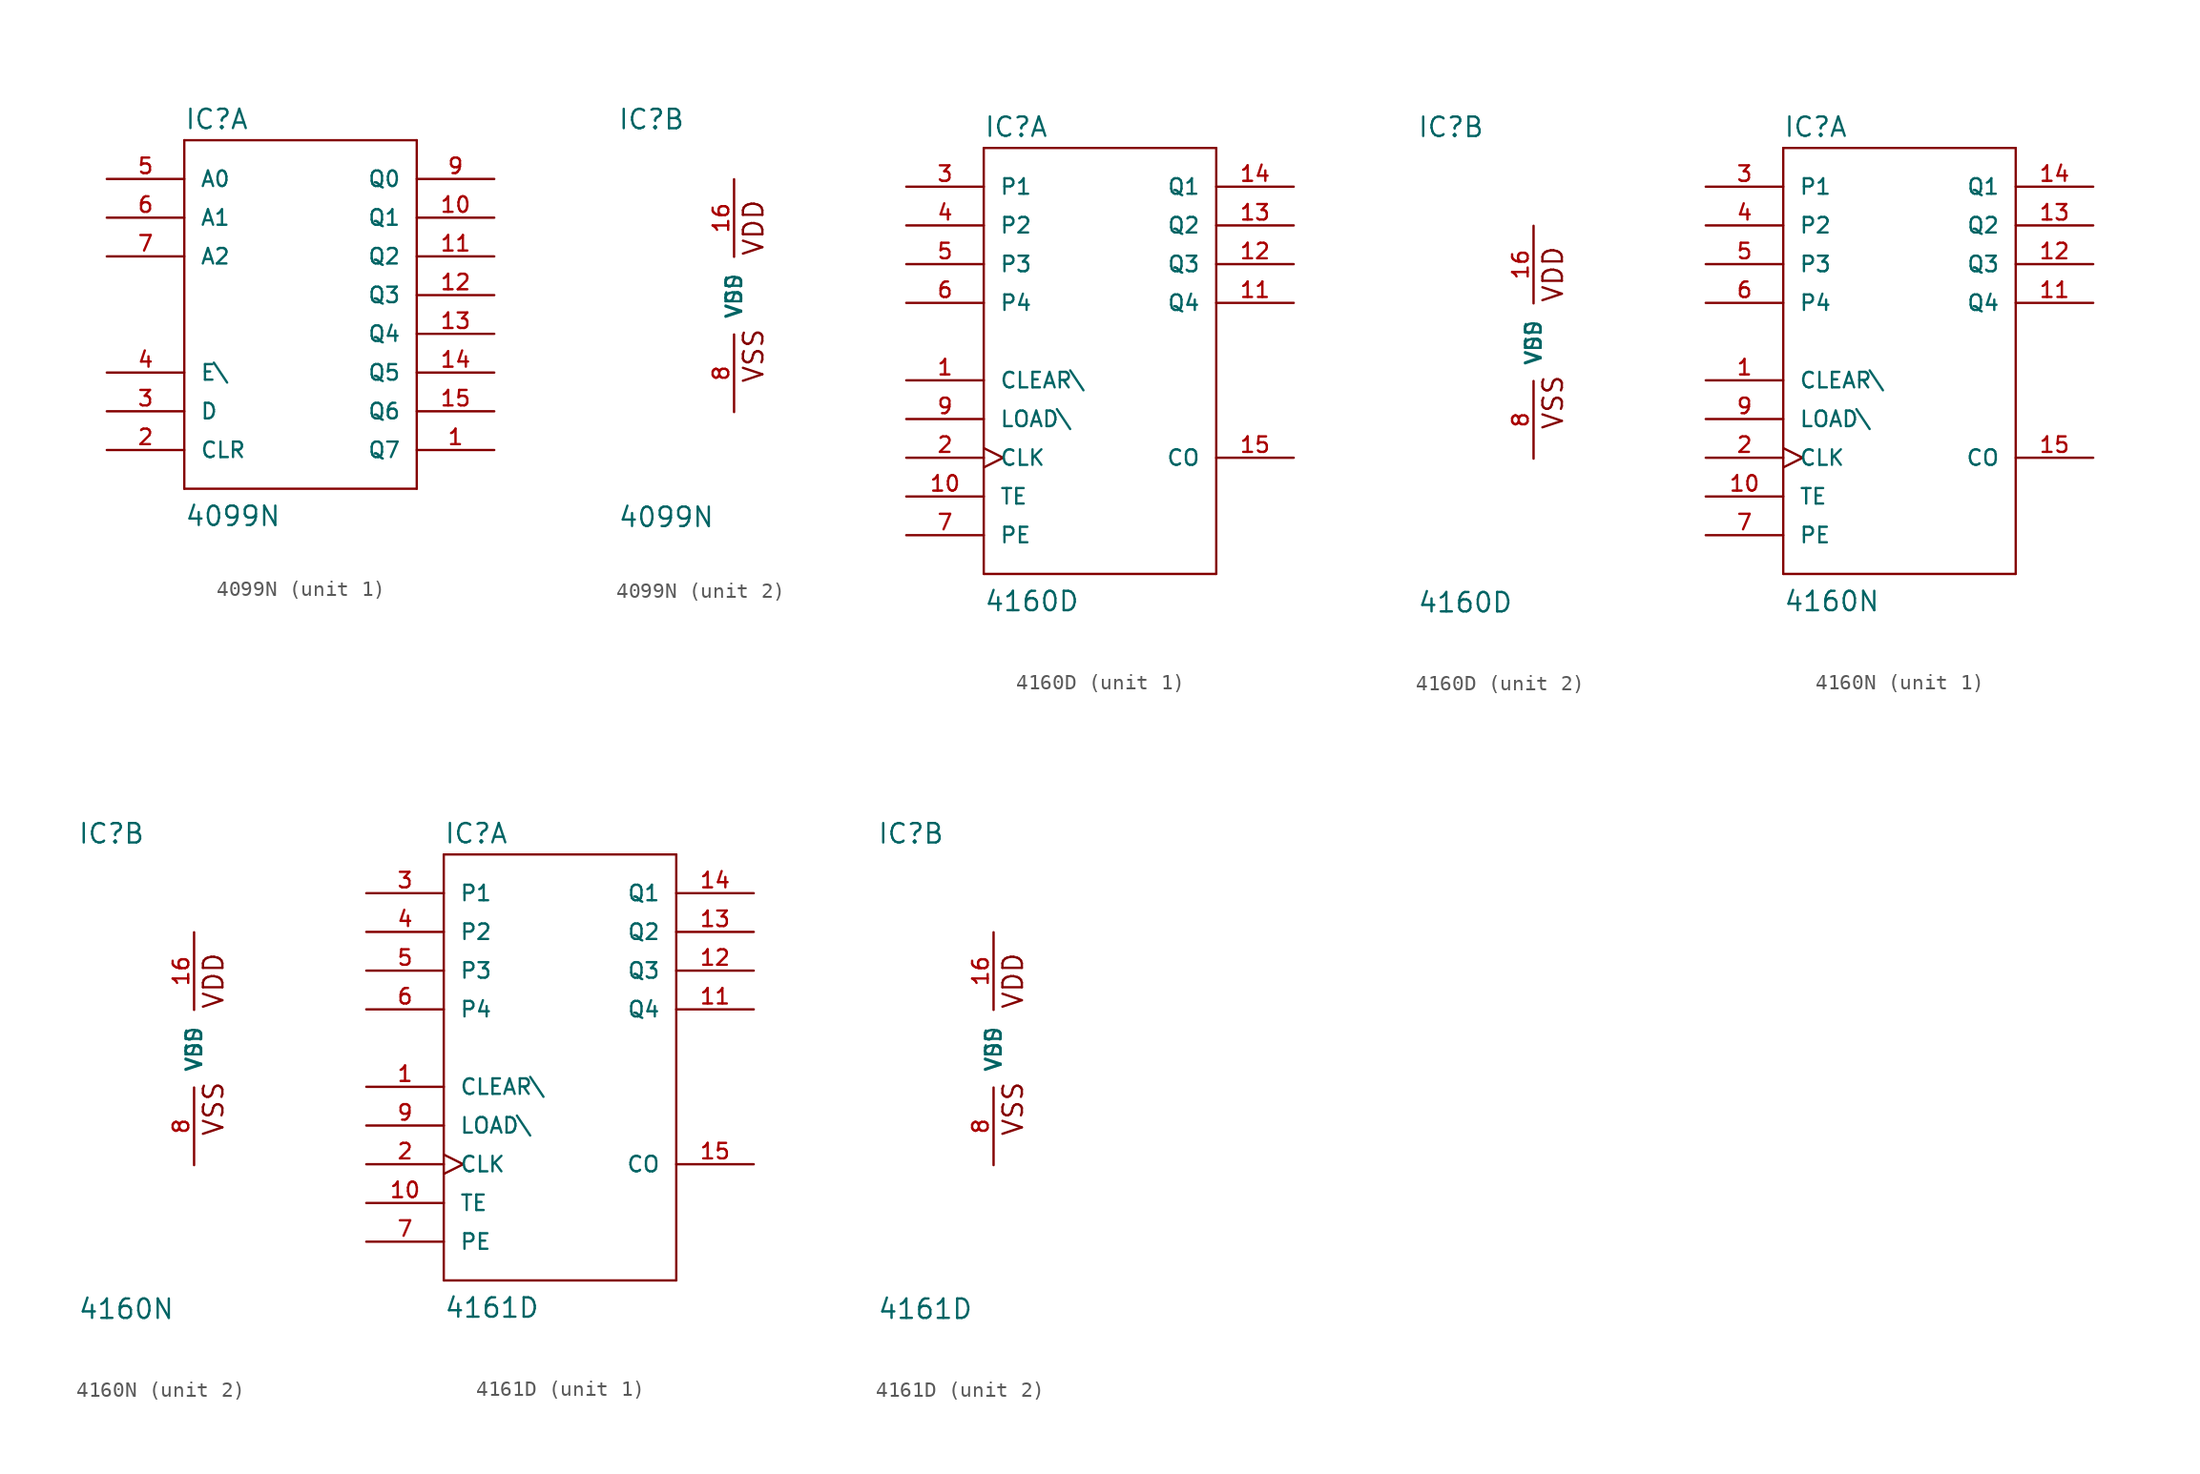
<source format=kicad_sym>
(kicad_symbol_lib
  (version 20211014)
  (generator kicad_symbol_editor)
  (symbol "4099N"
    (pin_names
      (offset 1.016))
    (property "Reference" "IC"
      (at -7.62 10.795 0)
      (effects (font (size 1.27 1.27)) (justify left bottom)))
    (property "Value" "4099N"
      (at -7.62 -15.24 0)
      (effects (font (size 1.27 1.27)) (justify left bottom)))
    (property "ki_locked" ""
      (at 0 0 0)
      (effects (font (size 1.27 1.27))))
    (symbol "4099N_1_0"
      (polyline (pts (xy -7.62 -12.7) (xy 7.62 -12.7)) (stroke (width 0) (type default) (color 0 0 0 0)) (fill (type none)))
      (polyline (pts (xy -7.62 10.16) (xy -7.62 -12.7)) (stroke (width 0) (type default) (color 0 0 0 0)) (fill (type none)))
      (polyline (pts (xy 7.62 -12.7) (xy 7.62 10.16)) (stroke (width 0) (type default) (color 0 0 0 0)) (fill (type none)))
      (polyline (pts (xy 7.62 10.16) (xy -7.62 10.16)) (stroke (width 0) (type default) (color 0 0 0 0)) (fill (type none))))
    (symbol "4099N_1_1"
      (pin output line (at 12.7 -10.16 180) (length 5.08) (name "Q7" (effects (font (size 1.016 1.016)))) (number "1" (effects (font (size 1.016 1.016)))))
      (pin output line (at 12.7 5.08 180) (length 5.08) (name "Q1" (effects (font (size 1.016 1.016)))) (number "10" (effects (font (size 1.016 1.016)))))
      (pin output line (at 12.7 2.54 180) (length 5.08) (name "Q2" (effects (font (size 1.016 1.016)))) (number "11" (effects (font (size 1.016 1.016)))))
      (pin output line (at 12.7 0 180) (length 5.08) (name "Q3" (effects (font (size 1.016 1.016)))) (number "12" (effects (font (size 1.016 1.016)))))
      (pin output line (at 12.7 -2.54 180) (length 5.08) (name "Q4" (effects (font (size 1.016 1.016)))) (number "13" (effects (font (size 1.016 1.016)))))
      (pin output line (at 12.7 -5.08 180) (length 5.08) (name "Q5" (effects (font (size 1.016 1.016)))) (number "14" (effects (font (size 1.016 1.016)))))
      (pin output line (at 12.7 -7.62 180) (length 5.08) (name "Q6" (effects (font (size 1.016 1.016)))) (number "15" (effects (font (size 1.016 1.016)))))
      (pin input line (at -12.7 -10.16 0) (length 5.08) (name "CLR" (effects (font (size 1.016 1.016)))) (number "2" (effects (font (size 1.016 1.016)))))
      (pin input line (at -12.7 -7.62 0) (length 5.08) (name "D" (effects (font (size 1.016 1.016)))) (number "3" (effects (font (size 1.016 1.016)))))
      (pin input line (at -12.7 -5.08 0) (length 5.08) (name "E\\" (effects (font (size 1.016 1.016)))) (number "4" (effects (font (size 1.016 1.016)))))
      (pin input line (at -12.7 7.62 0) (length 5.08) (name "A0" (effects (font (size 1.016 1.016)))) (number "5" (effects (font (size 1.016 1.016)))))
      (pin input line (at -12.7 5.08 0) (length 5.08) (name "A1" (effects (font (size 1.016 1.016)))) (number "6" (effects (font (size 1.016 1.016)))))
      (pin input line (at -12.7 2.54 0) (length 5.08) (name "A2" (effects (font (size 1.016 1.016)))) (number "7" (effects (font (size 1.016 1.016)))))
      (pin output line (at 12.7 7.62 180) (length 5.08) (name "Q0" (effects (font (size 1.016 1.016)))) (number "9" (effects (font (size 1.016 1.016))))))
    (symbol "4099N_2_0"
      (text "VDD" (at 1.27 4.445 1) (effects (font (size 1.27 1.27))))
      (text "VSS" (at 1.27 -3.937 1) (effects (font (size 1.27 1.27)))))
    (symbol "4099N_2_1"
      (pin power_in line (at 0 7.62 270) (length 5.08) (name "VDD" (effects (font (size 1.016 1.016)))) (number "16" (effects (font (size 1.016 1.016)))))
      (pin power_in line (at 0 -7.62 90) (length 5.08) (name "VSS" (effects (font (size 1.016 1.016)))) (number "8" (effects (font (size 1.016 1.016)))))))
  (symbol "4160D"
    (pin_names
      (offset 1.016))
    (property "Reference" "IC"
      (at -7.62 13.335 0)
      (effects (font (size 1.27 1.27)) (justify left bottom)))
    (property "Value" "4160D"
      (at -7.62 -17.78 0)
      (effects (font (size 1.27 1.27)) (justify left bottom)))
    (property "ki_locked" ""
      (at 0 0 0)
      (effects (font (size 1.27 1.27))))
    (symbol "4160D_1_0"
      (polyline (pts (xy -7.62 -15.24) (xy 7.62 -15.24)) (stroke (width 0) (type default) (color 0 0 0 0)) (fill (type none)))
      (polyline (pts (xy -7.62 12.7) (xy -7.62 -15.24)) (stroke (width 0) (type default) (color 0 0 0 0)) (fill (type none)))
      (polyline (pts (xy 7.62 -15.24) (xy 7.62 12.7)) (stroke (width 0) (type default) (color 0 0 0 0)) (fill (type none)))
      (polyline (pts (xy 7.62 12.7) (xy -7.62 12.7)) (stroke (width 0) (type default) (color 0 0 0 0)) (fill (type none))))
    (symbol "4160D_1_1"
      (pin input line (at -12.7 -2.54 0) (length 5.08) (name "CLEAR\\" (effects (font (size 1.016 1.016)))) (number "1" (effects (font (size 1.016 1.016)))))
      (pin input line (at -12.7 -10.16 0) (length 5.08) (name "TE" (effects (font (size 1.016 1.016)))) (number "10" (effects (font (size 1.016 1.016)))))
      (pin output line (at 12.7 2.54 180) (length 5.08) (name "Q4" (effects (font (size 1.016 1.016)))) (number "11" (effects (font (size 1.016 1.016)))))
      (pin output line (at 12.7 5.08 180) (length 5.08) (name "Q3" (effects (font (size 1.016 1.016)))) (number "12" (effects (font (size 1.016 1.016)))))
      (pin output line (at 12.7 7.62 180) (length 5.08) (name "Q2" (effects (font (size 1.016 1.016)))) (number "13" (effects (font (size 1.016 1.016)))))
      (pin output line (at 12.7 10.16 180) (length 5.08) (name "Q1" (effects (font (size 1.016 1.016)))) (number "14" (effects (font (size 1.016 1.016)))))
      (pin output line (at 12.7 -7.62 180) (length 5.08) (name "CO" (effects (font (size 1.016 1.016)))) (number "15" (effects (font (size 1.016 1.016)))))
      (pin input clock (at -12.7 -7.62 0) (length 5.08) (name "CLK" (effects (font (size 1.016 1.016)))) (number "2" (effects (font (size 1.016 1.016)))))
      (pin input line (at -12.7 10.16 0) (length 5.08) (name "P1" (effects (font (size 1.016 1.016)))) (number "3" (effects (font (size 1.016 1.016)))))
      (pin input line (at -12.7 7.62 0) (length 5.08) (name "P2" (effects (font (size 1.016 1.016)))) (number "4" (effects (font (size 1.016 1.016)))))
      (pin input line (at -12.7 5.08 0) (length 5.08) (name "P3" (effects (font (size 1.016 1.016)))) (number "5" (effects (font (size 1.016 1.016)))))
      (pin input line (at -12.7 2.54 0) (length 5.08) (name "P4" (effects (font (size 1.016 1.016)))) (number "6" (effects (font (size 1.016 1.016)))))
      (pin input line (at -12.7 -12.7 0) (length 5.08) (name "PE" (effects (font (size 1.016 1.016)))) (number "7" (effects (font (size 1.016 1.016)))))
      (pin input line (at -12.7 -5.08 0) (length 5.08) (name "LOAD\\" (effects (font (size 1.016 1.016)))) (number "9" (effects (font (size 1.016 1.016))))))
    (symbol "4160D_2_0"
      (text "VDD" (at 1.27 4.445 1) (effects (font (size 1.27 1.27))))
      (text "VSS" (at 1.27 -3.937 1) (effects (font (size 1.27 1.27)))))
    (symbol "4160D_2_1"
      (pin power_in line (at 0 7.62 270) (length 5.08) (name "VDD" (effects (font (size 1.016 1.016)))) (number "16" (effects (font (size 1.016 1.016)))))
      (pin power_in line (at 0 -7.62 90) (length 5.08) (name "VSS" (effects (font (size 1.016 1.016)))) (number "8" (effects (font (size 1.016 1.016)))))))
  (symbol "4160N"
    (pin_names
      (offset 1.016))
    (property "Reference" "IC"
      (at -7.62 13.335 0)
      (effects (font (size 1.27 1.27)) (justify left bottom)))
    (property "Value" "4160N"
      (at -7.62 -17.78 0)
      (effects (font (size 1.27 1.27)) (justify left bottom)))
    (property "ki_locked" ""
      (at 0 0 0)
      (effects (font (size 1.27 1.27))))
    (symbol "4160N_1_0"
      (polyline (pts (xy -7.62 -15.24) (xy 7.62 -15.24)) (stroke (width 0) (type default) (color 0 0 0 0)) (fill (type none)))
      (polyline (pts (xy -7.62 12.7) (xy -7.62 -15.24)) (stroke (width 0) (type default) (color 0 0 0 0)) (fill (type none)))
      (polyline (pts (xy 7.62 -15.24) (xy 7.62 12.7)) (stroke (width 0) (type default) (color 0 0 0 0)) (fill (type none)))
      (polyline (pts (xy 7.62 12.7) (xy -7.62 12.7)) (stroke (width 0) (type default) (color 0 0 0 0)) (fill (type none))))
    (symbol "4160N_1_1"
      (pin input line (at -12.7 -2.54 0) (length 5.08) (name "CLEAR\\" (effects (font (size 1.016 1.016)))) (number "1" (effects (font (size 1.016 1.016)))))
      (pin input line (at -12.7 -10.16 0) (length 5.08) (name "TE" (effects (font (size 1.016 1.016)))) (number "10" (effects (font (size 1.016 1.016)))))
      (pin output line (at 12.7 2.54 180) (length 5.08) (name "Q4" (effects (font (size 1.016 1.016)))) (number "11" (effects (font (size 1.016 1.016)))))
      (pin output line (at 12.7 5.08 180) (length 5.08) (name "Q3" (effects (font (size 1.016 1.016)))) (number "12" (effects (font (size 1.016 1.016)))))
      (pin output line (at 12.7 7.62 180) (length 5.08) (name "Q2" (effects (font (size 1.016 1.016)))) (number "13" (effects (font (size 1.016 1.016)))))
      (pin output line (at 12.7 10.16 180) (length 5.08) (name "Q1" (effects (font (size 1.016 1.016)))) (number "14" (effects (font (size 1.016 1.016)))))
      (pin output line (at 12.7 -7.62 180) (length 5.08) (name "CO" (effects (font (size 1.016 1.016)))) (number "15" (effects (font (size 1.016 1.016)))))
      (pin input clock (at -12.7 -7.62 0) (length 5.08) (name "CLK" (effects (font (size 1.016 1.016)))) (number "2" (effects (font (size 1.016 1.016)))))
      (pin input line (at -12.7 10.16 0) (length 5.08) (name "P1" (effects (font (size 1.016 1.016)))) (number "3" (effects (font (size 1.016 1.016)))))
      (pin input line (at -12.7 7.62 0) (length 5.08) (name "P2" (effects (font (size 1.016 1.016)))) (number "4" (effects (font (size 1.016 1.016)))))
      (pin input line (at -12.7 5.08 0) (length 5.08) (name "P3" (effects (font (size 1.016 1.016)))) (number "5" (effects (font (size 1.016 1.016)))))
      (pin input line (at -12.7 2.54 0) (length 5.08) (name "P4" (effects (font (size 1.016 1.016)))) (number "6" (effects (font (size 1.016 1.016)))))
      (pin input line (at -12.7 -12.7 0) (length 5.08) (name "PE" (effects (font (size 1.016 1.016)))) (number "7" (effects (font (size 1.016 1.016)))))
      (pin input line (at -12.7 -5.08 0) (length 5.08) (name "LOAD\\" (effects (font (size 1.016 1.016)))) (number "9" (effects (font (size 1.016 1.016))))))
    (symbol "4160N_2_0"
      (text "VDD" (at 1.27 4.445 1) (effects (font (size 1.27 1.27))))
      (text "VSS" (at 1.27 -3.937 1) (effects (font (size 1.27 1.27)))))
    (symbol "4160N_2_1"
      (pin power_in line (at 0 7.62 270) (length 5.08) (name "VDD" (effects (font (size 1.016 1.016)))) (number "16" (effects (font (size 1.016 1.016)))))
      (pin power_in line (at 0 -7.62 90) (length 5.08) (name "VSS" (effects (font (size 1.016 1.016)))) (number "8" (effects (font (size 1.016 1.016)))))))
  (symbol "4161D"
    (pin_names
      (offset 1.016))
    (property "Reference" "IC"
      (at -7.62 13.335 0)
      (effects (font (size 1.27 1.27)) (justify left bottom)))
    (property "Value" "4161D"
      (at -7.62 -17.78 0)
      (effects (font (size 1.27 1.27)) (justify left bottom)))
    (property "ki_locked" ""
      (at 0 0 0)
      (effects (font (size 1.27 1.27))))
    (symbol "4161D_1_0"
      (polyline (pts (xy -7.62 -15.24) (xy 7.62 -15.24)) (stroke (width 0) (type default) (color 0 0 0 0)) (fill (type none)))
      (polyline (pts (xy -7.62 12.7) (xy -7.62 -15.24)) (stroke (width 0) (type default) (color 0 0 0 0)) (fill (type none)))
      (polyline (pts (xy 7.62 -15.24) (xy 7.62 12.7)) (stroke (width 0) (type default) (color 0 0 0 0)) (fill (type none)))
      (polyline (pts (xy 7.62 12.7) (xy -7.62 12.7)) (stroke (width 0) (type default) (color 0 0 0 0)) (fill (type none))))
    (symbol "4161D_1_1"
      (pin input line (at -12.7 -2.54 0) (length 5.08) (name "CLEAR\\" (effects (font (size 1.016 1.016)))) (number "1" (effects (font (size 1.016 1.016)))))
      (pin input line (at -12.7 -10.16 0) (length 5.08) (name "TE" (effects (font (size 1.016 1.016)))) (number "10" (effects (font (size 1.016 1.016)))))
      (pin output line (at 12.7 2.54 180) (length 5.08) (name "Q4" (effects (font (size 1.016 1.016)))) (number "11" (effects (font (size 1.016 1.016)))))
      (pin output line (at 12.7 5.08 180) (length 5.08) (name "Q3" (effects (font (size 1.016 1.016)))) (number "12" (effects (font (size 1.016 1.016)))))
      (pin output line (at 12.7 7.62 180) (length 5.08) (name "Q2" (effects (font (size 1.016 1.016)))) (number "13" (effects (font (size 1.016 1.016)))))
      (pin output line (at 12.7 10.16 180) (length 5.08) (name "Q1" (effects (font (size 1.016 1.016)))) (number "14" (effects (font (size 1.016 1.016)))))
      (pin output line (at 12.7 -7.62 180) (length 5.08) (name "CO" (effects (font (size 1.016 1.016)))) (number "15" (effects (font (size 1.016 1.016)))))
      (pin input clock (at -12.7 -7.62 0) (length 5.08) (name "CLK" (effects (font (size 1.016 1.016)))) (number "2" (effects (font (size 1.016 1.016)))))
      (pin input line (at -12.7 10.16 0) (length 5.08) (name "P1" (effects (font (size 1.016 1.016)))) (number "3" (effects (font (size 1.016 1.016)))))
      (pin input line (at -12.7 7.62 0) (length 5.08) (name "P2" (effects (font (size 1.016 1.016)))) (number "4" (effects (font (size 1.016 1.016)))))
      (pin input line (at -12.7 5.08 0) (length 5.08) (name "P3" (effects (font (size 1.016 1.016)))) (number "5" (effects (font (size 1.016 1.016)))))
      (pin input line (at -12.7 2.54 0) (length 5.08) (name "P4" (effects (font (size 1.016 1.016)))) (number "6" (effects (font (size 1.016 1.016)))))
      (pin input line (at -12.7 -12.7 0) (length 5.08) (name "PE" (effects (font (size 1.016 1.016)))) (number "7" (effects (font (size 1.016 1.016)))))
      (pin input line (at -12.7 -5.08 0) (length 5.08) (name "LOAD\\" (effects (font (size 1.016 1.016)))) (number "9" (effects (font (size 1.016 1.016))))))
    (symbol "4161D_2_0"
      (text "VDD" (at 1.27 4.445 1) (effects (font (size 1.27 1.27))))
      (text "VSS" (at 1.27 -3.937 1) (effects (font (size 1.27 1.27)))))
    (symbol "4161D_2_1"
      (pin power_in line (at 0 7.62 270) (length 5.08) (name "VDD" (effects (font (size 1.016 1.016)))) (number "16" (effects (font (size 1.016 1.016)))))
      (pin power_in line (at 0 -7.62 90) (length 5.08) (name "VSS" (effects (font (size 1.016 1.016)))) (number "8" (effects (font (size 1.016 1.016))))))))
</source>
